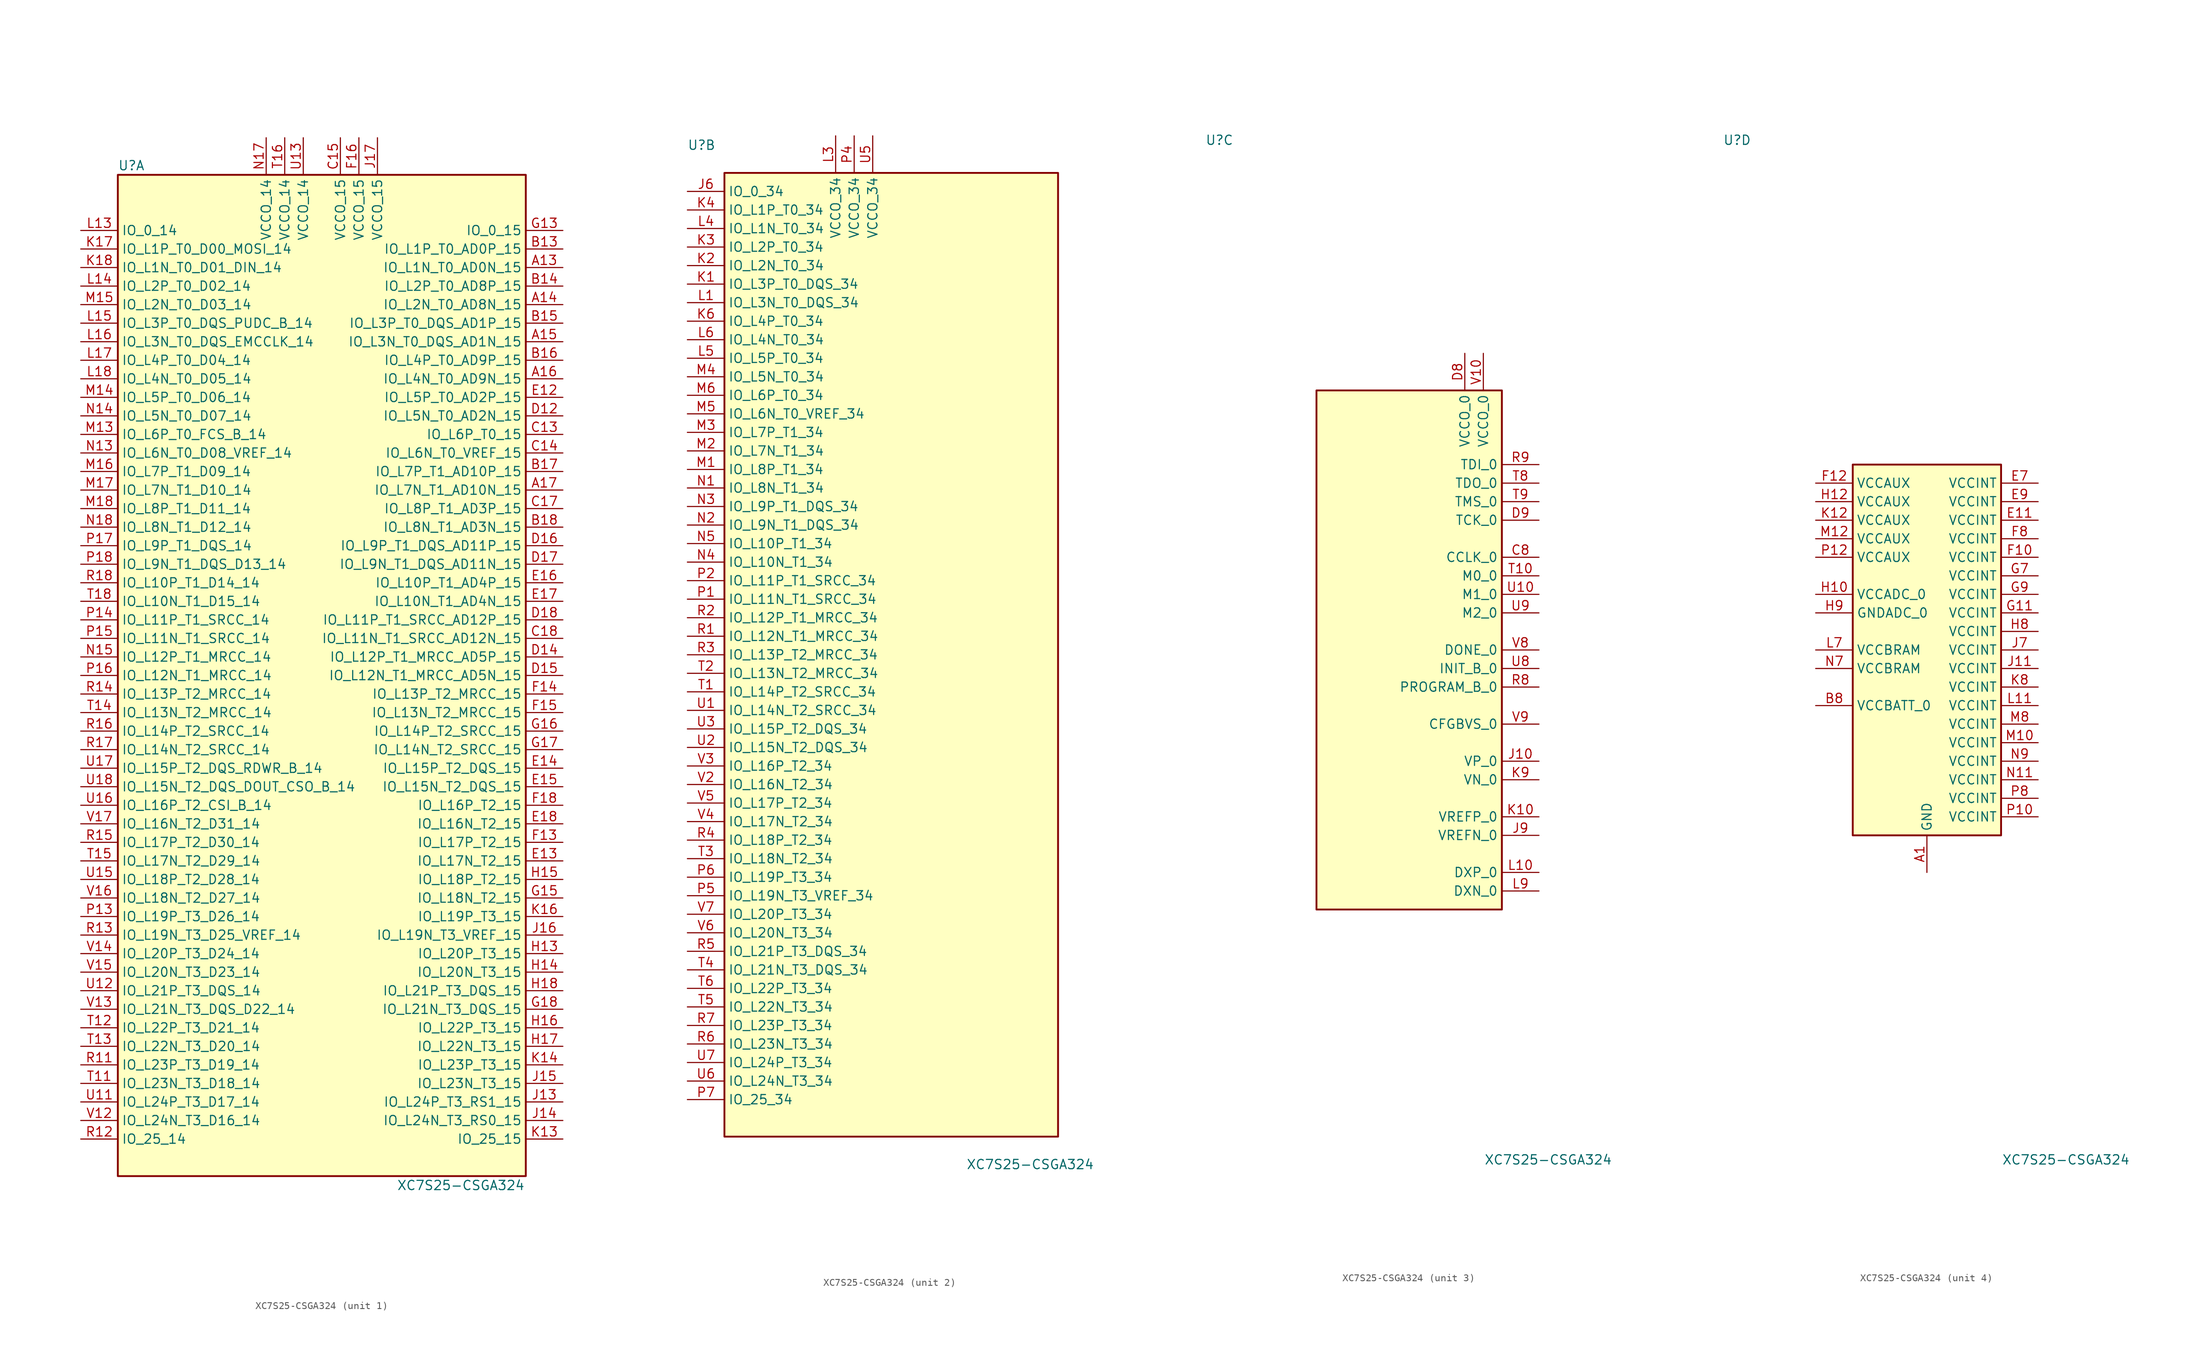
<source format=kicad_sym>
(kicad_symbol_lib
  (version 20201005)
  (generator kicad_symbol_editor)
  (symbol "FPGA_Xilinx_Spartan7:XC7S25-CSGA324"
    (property "Reference" "U"
      (at -27.94 69.85 0)
      (effects (font (size 1.27 1.27)) (justify left)))
    (property "Value" "XC7S25-CSGA324"
      (at 19.05 -69.85 0)
      (effects (font (size 1.27 1.27))))
    (property "ki_locked" ""
      (at 0 0 0)
      (effects (font (size 1.27 1.27))))
    (symbol "XC7S25-CSGA324_1_1"
      (rectangle (start -27.94 68.58) (end 27.94 -68.58) (stroke (width 0.254)) (fill (type background)))
      (pin bidirectional line (at 33.02 55.88 180) (length 5.08) (name "IO_L1N_T0_AD0N_15" (effects (font (size 1.27 1.27)))) (number "A13" (effects (font (size 1.27 1.27)))))
      (pin bidirectional line (at 33.02 50.8 180) (length 5.08) (name "IO_L2N_T0_AD8N_15" (effects (font (size 1.27 1.27)))) (number "A14" (effects (font (size 1.27 1.27)))))
      (pin bidirectional line (at 33.02 45.72 180) (length 5.08) (name "IO_L3N_T0_DQS_AD1N_15" (effects (font (size 1.27 1.27)))) (number "A15" (effects (font (size 1.27 1.27)))))
      (pin bidirectional line (at 33.02 40.64 180) (length 5.08) (name "IO_L4N_T0_AD9N_15" (effects (font (size 1.27 1.27)))) (number "A16" (effects (font (size 1.27 1.27)))))
      (pin bidirectional line (at 33.02 25.4 180) (length 5.08) (name "IO_L7N_T1_AD10N_15" (effects (font (size 1.27 1.27)))) (number "A17" (effects (font (size 1.27 1.27)))))
      (pin bidirectional line (at 33.02 58.42 180) (length 5.08) (name "IO_L1P_T0_AD0P_15" (effects (font (size 1.27 1.27)))) (number "B13" (effects (font (size 1.27 1.27)))))
      (pin bidirectional line (at 33.02 53.34 180) (length 5.08) (name "IO_L2P_T0_AD8P_15" (effects (font (size 1.27 1.27)))) (number "B14" (effects (font (size 1.27 1.27)))))
      (pin bidirectional line (at 33.02 48.26 180) (length 5.08) (name "IO_L3P_T0_DQS_AD1P_15" (effects (font (size 1.27 1.27)))) (number "B15" (effects (font (size 1.27 1.27)))))
      (pin bidirectional line (at 33.02 43.18 180) (length 5.08) (name "IO_L4P_T0_AD9P_15" (effects (font (size 1.27 1.27)))) (number "B16" (effects (font (size 1.27 1.27)))))
      (pin bidirectional line (at 33.02 27.94 180) (length 5.08) (name "IO_L7P_T1_AD10P_15" (effects (font (size 1.27 1.27)))) (number "B17" (effects (font (size 1.27 1.27)))))
      (pin bidirectional line (at 33.02 20.32 180) (length 5.08) (name "IO_L8N_T1_AD3N_15" (effects (font (size 1.27 1.27)))) (number "B18" (effects (font (size 1.27 1.27)))))
      (pin bidirectional line (at 33.02 33.02 180) (length 5.08) (name "IO_L6P_T0_15" (effects (font (size 1.27 1.27)))) (number "C13" (effects (font (size 1.27 1.27)))))
      (pin bidirectional line (at 33.02 30.48 180) (length 5.08) (name "IO_L6N_T0_VREF_15" (effects (font (size 1.27 1.27)))) (number "C14" (effects (font (size 1.27 1.27)))))
      (pin power_in line (at 2.54 73.66 270) (length 5.08) (name "VCCO_15" (effects (font (size 1.27 1.27)))) (number "C15" (effects (font (size 1.27 1.27)))))
      (pin bidirectional line (at 33.02 22.86 180) (length 5.08) (name "IO_L8P_T1_AD3P_15" (effects (font (size 1.27 1.27)))) (number "C17" (effects (font (size 1.27 1.27)))))
      (pin bidirectional line (at 33.02 5.08 180) (length 5.08) (name "IO_L11N_T1_SRCC_AD12N_15" (effects (font (size 1.27 1.27)))) (number "C18" (effects (font (size 1.27 1.27)))))
      (pin bidirectional line (at 33.02 35.56 180) (length 5.08) (name "IO_L5N_T0_AD2N_15" (effects (font (size 1.27 1.27)))) (number "D12" (effects (font (size 1.27 1.27)))))
      (pin bidirectional line (at 33.02 2.54 180) (length 5.08) (name "IO_L12P_T1_MRCC_AD5P_15" (effects (font (size 1.27 1.27)))) (number "D14" (effects (font (size 1.27 1.27)))))
      (pin bidirectional line (at 33.02 0 180) (length 5.08) (name "IO_L12N_T1_MRCC_AD5N_15" (effects (font (size 1.27 1.27)))) (number "D15" (effects (font (size 1.27 1.27)))))
      (pin bidirectional line (at 33.02 17.78 180) (length 5.08) (name "IO_L9P_T1_DQS_AD11P_15" (effects (font (size 1.27 1.27)))) (number "D16" (effects (font (size 1.27 1.27)))))
      (pin bidirectional line (at 33.02 15.24 180) (length 5.08) (name "IO_L9N_T1_DQS_AD11N_15" (effects (font (size 1.27 1.27)))) (number "D17" (effects (font (size 1.27 1.27)))))
      (pin bidirectional line (at 33.02 7.62 180) (length 5.08) (name "IO_L11P_T1_SRCC_AD12P_15" (effects (font (size 1.27 1.27)))) (number "D18" (effects (font (size 1.27 1.27)))))
      (pin bidirectional line (at 33.02 38.1 180) (length 5.08) (name "IO_L5P_T0_AD2P_15" (effects (font (size 1.27 1.27)))) (number "E12" (effects (font (size 1.27 1.27)))))
      (pin bidirectional line (at 33.02 -25.4 180) (length 5.08) (name "IO_L17N_T2_15" (effects (font (size 1.27 1.27)))) (number "E13" (effects (font (size 1.27 1.27)))))
      (pin bidirectional line (at 33.02 -12.7 180) (length 5.08) (name "IO_L15P_T2_DQS_15" (effects (font (size 1.27 1.27)))) (number "E14" (effects (font (size 1.27 1.27)))))
      (pin bidirectional line (at 33.02 -15.24 180) (length 5.08) (name "IO_L15N_T2_DQS_15" (effects (font (size 1.27 1.27)))) (number "E15" (effects (font (size 1.27 1.27)))))
      (pin bidirectional line (at 33.02 12.7 180) (length 5.08) (name "IO_L10P_T1_AD4P_15" (effects (font (size 1.27 1.27)))) (number "E16" (effects (font (size 1.27 1.27)))))
      (pin bidirectional line (at 33.02 10.16 180) (length 5.08) (name "IO_L10N_T1_AD4N_15" (effects (font (size 1.27 1.27)))) (number "E17" (effects (font (size 1.27 1.27)))))
      (pin bidirectional line (at 33.02 -20.32 180) (length 5.08) (name "IO_L16N_T2_15" (effects (font (size 1.27 1.27)))) (number "E18" (effects (font (size 1.27 1.27)))))
      (pin bidirectional line (at 33.02 -22.86 180) (length 5.08) (name "IO_L17P_T2_15" (effects (font (size 1.27 1.27)))) (number "F13" (effects (font (size 1.27 1.27)))))
      (pin bidirectional line (at 33.02 -2.54 180) (length 5.08) (name "IO_L13P_T2_MRCC_15" (effects (font (size 1.27 1.27)))) (number "F14" (effects (font (size 1.27 1.27)))))
      (pin bidirectional line (at 33.02 -5.08 180) (length 5.08) (name "IO_L13N_T2_MRCC_15" (effects (font (size 1.27 1.27)))) (number "F15" (effects (font (size 1.27 1.27)))))
      (pin power_in line (at 5.08 73.66 270) (length 5.08) (name "VCCO_15" (effects (font (size 1.27 1.27)))) (number "F16" (effects (font (size 1.27 1.27)))))
      (pin bidirectional line (at 33.02 -17.78 180) (length 5.08) (name "IO_L16P_T2_15" (effects (font (size 1.27 1.27)))) (number "F18" (effects (font (size 1.27 1.27)))))
      (pin bidirectional line (at 33.02 60.96 180) (length 5.08) (name "IO_0_15" (effects (font (size 1.27 1.27)))) (number "G13" (effects (font (size 1.27 1.27)))))
      (pin bidirectional line (at 33.02 -30.48 180) (length 5.08) (name "IO_L18N_T2_15" (effects (font (size 1.27 1.27)))) (number "G15" (effects (font (size 1.27 1.27)))))
      (pin bidirectional line (at 33.02 -7.62 180) (length 5.08) (name "IO_L14P_T2_SRCC_15" (effects (font (size 1.27 1.27)))) (number "G16" (effects (font (size 1.27 1.27)))))
      (pin bidirectional line (at 33.02 -10.16 180) (length 5.08) (name "IO_L14N_T2_SRCC_15" (effects (font (size 1.27 1.27)))) (number "G17" (effects (font (size 1.27 1.27)))))
      (pin bidirectional line (at 33.02 -45.72 180) (length 5.08) (name "IO_L21N_T3_DQS_15" (effects (font (size 1.27 1.27)))) (number "G18" (effects (font (size 1.27 1.27)))))
      (pin bidirectional line (at 33.02 -38.1 180) (length 5.08) (name "IO_L20P_T3_15" (effects (font (size 1.27 1.27)))) (number "H13" (effects (font (size 1.27 1.27)))))
      (pin bidirectional line (at 33.02 -40.64 180) (length 5.08) (name "IO_L20N_T3_15" (effects (font (size 1.27 1.27)))) (number "H14" (effects (font (size 1.27 1.27)))))
      (pin bidirectional line (at 33.02 -27.94 180) (length 5.08) (name "IO_L18P_T2_15" (effects (font (size 1.27 1.27)))) (number "H15" (effects (font (size 1.27 1.27)))))
      (pin bidirectional line (at 33.02 -48.26 180) (length 5.08) (name "IO_L22P_T3_15" (effects (font (size 1.27 1.27)))) (number "H16" (effects (font (size 1.27 1.27)))))
      (pin bidirectional line (at 33.02 -50.8 180) (length 5.08) (name "IO_L22N_T3_15" (effects (font (size 1.27 1.27)))) (number "H17" (effects (font (size 1.27 1.27)))))
      (pin bidirectional line (at 33.02 -43.18 180) (length 5.08) (name "IO_L21P_T3_DQS_15" (effects (font (size 1.27 1.27)))) (number "H18" (effects (font (size 1.27 1.27)))))
      (pin bidirectional line (at 33.02 -58.42 180) (length 5.08) (name "IO_L24P_T3_RS1_15" (effects (font (size 1.27 1.27)))) (number "J13" (effects (font (size 1.27 1.27)))))
      (pin bidirectional line (at 33.02 -60.96 180) (length 5.08) (name "IO_L24N_T3_RS0_15" (effects (font (size 1.27 1.27)))) (number "J14" (effects (font (size 1.27 1.27)))))
      (pin bidirectional line (at 33.02 -55.88 180) (length 5.08) (name "IO_L23N_T3_15" (effects (font (size 1.27 1.27)))) (number "J15" (effects (font (size 1.27 1.27)))))
      (pin bidirectional line (at 33.02 -35.56 180) (length 5.08) (name "IO_L19N_T3_VREF_15" (effects (font (size 1.27 1.27)))) (number "J16" (effects (font (size 1.27 1.27)))))
      (pin power_in line (at 7.62 73.66 270) (length 5.08) (name "VCCO_15" (effects (font (size 1.27 1.27)))) (number "J17" (effects (font (size 1.27 1.27)))))
      (pin bidirectional line (at 33.02 -63.5 180) (length 5.08) (name "IO_25_15" (effects (font (size 1.27 1.27)))) (number "K13" (effects (font (size 1.27 1.27)))))
      (pin bidirectional line (at 33.02 -53.34 180) (length 5.08) (name "IO_L23P_T3_15" (effects (font (size 1.27 1.27)))) (number "K14" (effects (font (size 1.27 1.27)))))
      (pin bidirectional line (at 33.02 -33.02 180) (length 5.08) (name "IO_L19P_T3_15" (effects (font (size 1.27 1.27)))) (number "K16" (effects (font (size 1.27 1.27)))))
      (pin bidirectional line (at -33.02 58.42 0) (length 5.08) (name "IO_L1P_T0_D00_MOSI_14" (effects (font (size 1.27 1.27)))) (number "K17" (effects (font (size 1.27 1.27)))))
      (pin bidirectional line (at -33.02 55.88 0) (length 5.08) (name "IO_L1N_T0_D01_DIN_14" (effects (font (size 1.27 1.27)))) (number "K18" (effects (font (size 1.27 1.27)))))
      (pin bidirectional line (at -33.02 60.96 0) (length 5.08) (name "IO_0_14" (effects (font (size 1.27 1.27)))) (number "L13" (effects (font (size 1.27 1.27)))))
      (pin bidirectional line (at -33.02 53.34 0) (length 5.08) (name "IO_L2P_T0_D02_14" (effects (font (size 1.27 1.27)))) (number "L14" (effects (font (size 1.27 1.27)))))
      (pin bidirectional line (at -33.02 48.26 0) (length 5.08) (name "IO_L3P_T0_DQS_PUDC_B_14" (effects (font (size 1.27 1.27)))) (number "L15" (effects (font (size 1.27 1.27)))))
      (pin bidirectional line (at -33.02 45.72 0) (length 5.08) (name "IO_L3N_T0_DQS_EMCCLK_14" (effects (font (size 1.27 1.27)))) (number "L16" (effects (font (size 1.27 1.27)))))
      (pin bidirectional line (at -33.02 43.18 0) (length 5.08) (name "IO_L4P_T0_D04_14" (effects (font (size 1.27 1.27)))) (number "L17" (effects (font (size 1.27 1.27)))))
      (pin bidirectional line (at -33.02 40.64 0) (length 5.08) (name "IO_L4N_T0_D05_14" (effects (font (size 1.27 1.27)))) (number "L18" (effects (font (size 1.27 1.27)))))
      (pin bidirectional line (at -33.02 33.02 0) (length 5.08) (name "IO_L6P_T0_FCS_B_14" (effects (font (size 1.27 1.27)))) (number "M13" (effects (font (size 1.27 1.27)))))
      (pin bidirectional line (at -33.02 38.1 0) (length 5.08) (name "IO_L5P_T0_D06_14" (effects (font (size 1.27 1.27)))) (number "M14" (effects (font (size 1.27 1.27)))))
      (pin bidirectional line (at -33.02 50.8 0) (length 5.08) (name "IO_L2N_T0_D03_14" (effects (font (size 1.27 1.27)))) (number "M15" (effects (font (size 1.27 1.27)))))
      (pin bidirectional line (at -33.02 27.94 0) (length 5.08) (name "IO_L7P_T1_D09_14" (effects (font (size 1.27 1.27)))) (number "M16" (effects (font (size 1.27 1.27)))))
      (pin bidirectional line (at -33.02 25.4 0) (length 5.08) (name "IO_L7N_T1_D10_14" (effects (font (size 1.27 1.27)))) (number "M17" (effects (font (size 1.27 1.27)))))
      (pin bidirectional line (at -33.02 22.86 0) (length 5.08) (name "IO_L8P_T1_D11_14" (effects (font (size 1.27 1.27)))) (number "M18" (effects (font (size 1.27 1.27)))))
      (pin bidirectional line (at -33.02 30.48 0) (length 5.08) (name "IO_L6N_T0_D08_VREF_14" (effects (font (size 1.27 1.27)))) (number "N13" (effects (font (size 1.27 1.27)))))
      (pin bidirectional line (at -33.02 35.56 0) (length 5.08) (name "IO_L5N_T0_D07_14" (effects (font (size 1.27 1.27)))) (number "N14" (effects (font (size 1.27 1.27)))))
      (pin bidirectional line (at -33.02 2.54 0) (length 5.08) (name "IO_L12P_T1_MRCC_14" (effects (font (size 1.27 1.27)))) (number "N15" (effects (font (size 1.27 1.27)))))
      (pin power_in line (at -7.62 73.66 270) (length 5.08) (name "VCCO_14" (effects (font (size 1.27 1.27)))) (number "N17" (effects (font (size 1.27 1.27)))))
      (pin bidirectional line (at -33.02 20.32 0) (length 5.08) (name "IO_L8N_T1_D12_14" (effects (font (size 1.27 1.27)))) (number "N18" (effects (font (size 1.27 1.27)))))
      (pin bidirectional line (at -33.02 -33.02 0) (length 5.08) (name "IO_L19P_T3_D26_14" (effects (font (size 1.27 1.27)))) (number "P13" (effects (font (size 1.27 1.27)))))
      (pin bidirectional line (at -33.02 7.62 0) (length 5.08) (name "IO_L11P_T1_SRCC_14" (effects (font (size 1.27 1.27)))) (number "P14" (effects (font (size 1.27 1.27)))))
      (pin bidirectional line (at -33.02 5.08 0) (length 5.08) (name "IO_L11N_T1_SRCC_14" (effects (font (size 1.27 1.27)))) (number "P15" (effects (font (size 1.27 1.27)))))
      (pin bidirectional line (at -33.02 0 0) (length 5.08) (name "IO_L12N_T1_MRCC_14" (effects (font (size 1.27 1.27)))) (number "P16" (effects (font (size 1.27 1.27)))))
      (pin bidirectional line (at -33.02 17.78 0) (length 5.08) (name "IO_L9P_T1_DQS_14" (effects (font (size 1.27 1.27)))) (number "P17" (effects (font (size 1.27 1.27)))))
      (pin bidirectional line (at -33.02 15.24 0) (length 5.08) (name "IO_L9N_T1_DQS_D13_14" (effects (font (size 1.27 1.27)))) (number "P18" (effects (font (size 1.27 1.27)))))
      (pin bidirectional line (at -33.02 -53.34 0) (length 5.08) (name "IO_L23P_T3_D19_14" (effects (font (size 1.27 1.27)))) (number "R11" (effects (font (size 1.27 1.27)))))
      (pin bidirectional line (at -33.02 -63.5 0) (length 5.08) (name "IO_25_14" (effects (font (size 1.27 1.27)))) (number "R12" (effects (font (size 1.27 1.27)))))
      (pin bidirectional line (at -33.02 -35.56 0) (length 5.08) (name "IO_L19N_T3_D25_VREF_14" (effects (font (size 1.27 1.27)))) (number "R13" (effects (font (size 1.27 1.27)))))
      (pin bidirectional line (at -33.02 -2.54 0) (length 5.08) (name "IO_L13P_T2_MRCC_14" (effects (font (size 1.27 1.27)))) (number "R14" (effects (font (size 1.27 1.27)))))
      (pin bidirectional line (at -33.02 -22.86 0) (length 5.08) (name "IO_L17P_T2_D30_14" (effects (font (size 1.27 1.27)))) (number "R15" (effects (font (size 1.27 1.27)))))
      (pin bidirectional line (at -33.02 -7.62 0) (length 5.08) (name "IO_L14P_T2_SRCC_14" (effects (font (size 1.27 1.27)))) (number "R16" (effects (font (size 1.27 1.27)))))
      (pin bidirectional line (at -33.02 -10.16 0) (length 5.08) (name "IO_L14N_T2_SRCC_14" (effects (font (size 1.27 1.27)))) (number "R17" (effects (font (size 1.27 1.27)))))
      (pin bidirectional line (at -33.02 12.7 0) (length 5.08) (name "IO_L10P_T1_D14_14" (effects (font (size 1.27 1.27)))) (number "R18" (effects (font (size 1.27 1.27)))))
      (pin bidirectional line (at -33.02 -55.88 0) (length 5.08) (name "IO_L23N_T3_D18_14" (effects (font (size 1.27 1.27)))) (number "T11" (effects (font (size 1.27 1.27)))))
      (pin bidirectional line (at -33.02 -48.26 0) (length 5.08) (name "IO_L22P_T3_D21_14" (effects (font (size 1.27 1.27)))) (number "T12" (effects (font (size 1.27 1.27)))))
      (pin bidirectional line (at -33.02 -50.8 0) (length 5.08) (name "IO_L22N_T3_D20_14" (effects (font (size 1.27 1.27)))) (number "T13" (effects (font (size 1.27 1.27)))))
      (pin bidirectional line (at -33.02 -5.08 0) (length 5.08) (name "IO_L13N_T2_MRCC_14" (effects (font (size 1.27 1.27)))) (number "T14" (effects (font (size 1.27 1.27)))))
      (pin bidirectional line (at -33.02 -25.4 0) (length 5.08) (name "IO_L17N_T2_D29_14" (effects (font (size 1.27 1.27)))) (number "T15" (effects (font (size 1.27 1.27)))))
      (pin power_in line (at -5.08 73.66 270) (length 5.08) (name "VCCO_14" (effects (font (size 1.27 1.27)))) (number "T16" (effects (font (size 1.27 1.27)))))
      (pin bidirectional line (at -33.02 10.16 0) (length 5.08) (name "IO_L10N_T1_D15_14" (effects (font (size 1.27 1.27)))) (number "T18" (effects (font (size 1.27 1.27)))))
      (pin bidirectional line (at -33.02 -58.42 0) (length 5.08) (name "IO_L24P_T3_D17_14" (effects (font (size 1.27 1.27)))) (number "U11" (effects (font (size 1.27 1.27)))))
      (pin bidirectional line (at -33.02 -43.18 0) (length 5.08) (name "IO_L21P_T3_DQS_14" (effects (font (size 1.27 1.27)))) (number "U12" (effects (font (size 1.27 1.27)))))
      (pin power_in line (at -2.54 73.66 270) (length 5.08) (name "VCCO_14" (effects (font (size 1.27 1.27)))) (number "U13" (effects (font (size 1.27 1.27)))))
      (pin bidirectional line (at -33.02 -27.94 0) (length 5.08) (name "IO_L18P_T2_D28_14" (effects (font (size 1.27 1.27)))) (number "U15" (effects (font (size 1.27 1.27)))))
      (pin bidirectional line (at -33.02 -17.78 0) (length 5.08) (name "IO_L16P_T2_CSI_B_14" (effects (font (size 1.27 1.27)))) (number "U16" (effects (font (size 1.27 1.27)))))
      (pin bidirectional line (at -33.02 -12.7 0) (length 5.08) (name "IO_L15P_T2_DQS_RDWR_B_14" (effects (font (size 1.27 1.27)))) (number "U17" (effects (font (size 1.27 1.27)))))
      (pin bidirectional line (at -33.02 -15.24 0) (length 5.08) (name "IO_L15N_T2_DQS_DOUT_CSO_B_14" (effects (font (size 1.27 1.27)))) (number "U18" (effects (font (size 1.27 1.27)))))
      (pin bidirectional line (at -33.02 -60.96 0) (length 5.08) (name "IO_L24N_T3_D16_14" (effects (font (size 1.27 1.27)))) (number "V12" (effects (font (size 1.27 1.27)))))
      (pin bidirectional line (at -33.02 -45.72 0) (length 5.08) (name "IO_L21N_T3_DQS_D22_14" (effects (font (size 1.27 1.27)))) (number "V13" (effects (font (size 1.27 1.27)))))
      (pin bidirectional line (at -33.02 -38.1 0) (length 5.08) (name "IO_L20P_T3_D24_14" (effects (font (size 1.27 1.27)))) (number "V14" (effects (font (size 1.27 1.27)))))
      (pin bidirectional line (at -33.02 -40.64 0) (length 5.08) (name "IO_L20N_T3_D23_14" (effects (font (size 1.27 1.27)))) (number "V15" (effects (font (size 1.27 1.27)))))
      (pin bidirectional line (at -33.02 -30.48 0) (length 5.08) (name "IO_L18N_T2_D27_14" (effects (font (size 1.27 1.27)))) (number "V16" (effects (font (size 1.27 1.27)))))
      (pin bidirectional line (at -33.02 -20.32 0) (length 5.08) (name "IO_L16N_T2_D31_14" (effects (font (size 1.27 1.27)))) (number "V17" (effects (font (size 1.27 1.27))))))
    (symbol "XC7S25-CSGA324_2_1"
      (rectangle (start -22.86 66.04) (end 22.86 -66.04) (stroke (width 0.254)) (fill (type background)))
      (pin bidirectional line (at -27.94 63.5 0) (length 5.08) (name "IO_0_34" (effects (font (size 1.27 1.27)))) (number "J6" (effects (font (size 1.27 1.27)))))
      (pin bidirectional line (at -27.94 50.8 0) (length 5.08) (name "IO_L3P_T0_DQS_34" (effects (font (size 1.27 1.27)))) (number "K1" (effects (font (size 1.27 1.27)))))
      (pin bidirectional line (at -27.94 53.34 0) (length 5.08) (name "IO_L2N_T0_34" (effects (font (size 1.27 1.27)))) (number "K2" (effects (font (size 1.27 1.27)))))
      (pin bidirectional line (at -27.94 55.88 0) (length 5.08) (name "IO_L2P_T0_34" (effects (font (size 1.27 1.27)))) (number "K3" (effects (font (size 1.27 1.27)))))
      (pin bidirectional line (at -27.94 60.96 0) (length 5.08) (name "IO_L1P_T0_34" (effects (font (size 1.27 1.27)))) (number "K4" (effects (font (size 1.27 1.27)))))
      (pin bidirectional line (at -27.94 45.72 0) (length 5.08) (name "IO_L4P_T0_34" (effects (font (size 1.27 1.27)))) (number "K6" (effects (font (size 1.27 1.27)))))
      (pin bidirectional line (at -27.94 48.26 0) (length 5.08) (name "IO_L3N_T0_DQS_34" (effects (font (size 1.27 1.27)))) (number "L1" (effects (font (size 1.27 1.27)))))
      (pin power_in line (at -7.62 71.12 270) (length 5.08) (name "VCCO_34" (effects (font (size 1.27 1.27)))) (number "L3" (effects (font (size 1.27 1.27)))))
      (pin bidirectional line (at -27.94 58.42 0) (length 5.08) (name "IO_L1N_T0_34" (effects (font (size 1.27 1.27)))) (number "L4" (effects (font (size 1.27 1.27)))))
      (pin bidirectional line (at -27.94 40.64 0) (length 5.08) (name "IO_L5P_T0_34" (effects (font (size 1.27 1.27)))) (number "L5" (effects (font (size 1.27 1.27)))))
      (pin bidirectional line (at -27.94 43.18 0) (length 5.08) (name "IO_L4N_T0_34" (effects (font (size 1.27 1.27)))) (number "L6" (effects (font (size 1.27 1.27)))))
      (pin bidirectional line (at -27.94 25.4 0) (length 5.08) (name "IO_L8P_T1_34" (effects (font (size 1.27 1.27)))) (number "M1" (effects (font (size 1.27 1.27)))))
      (pin bidirectional line (at -27.94 27.94 0) (length 5.08) (name "IO_L7N_T1_34" (effects (font (size 1.27 1.27)))) (number "M2" (effects (font (size 1.27 1.27)))))
      (pin bidirectional line (at -27.94 30.48 0) (length 5.08) (name "IO_L7P_T1_34" (effects (font (size 1.27 1.27)))) (number "M3" (effects (font (size 1.27 1.27)))))
      (pin bidirectional line (at -27.94 38.1 0) (length 5.08) (name "IO_L5N_T0_34" (effects (font (size 1.27 1.27)))) (number "M4" (effects (font (size 1.27 1.27)))))
      (pin bidirectional line (at -27.94 33.02 0) (length 5.08) (name "IO_L6N_T0_VREF_34" (effects (font (size 1.27 1.27)))) (number "M5" (effects (font (size 1.27 1.27)))))
      (pin bidirectional line (at -27.94 35.56 0) (length 5.08) (name "IO_L6P_T0_34" (effects (font (size 1.27 1.27)))) (number "M6" (effects (font (size 1.27 1.27)))))
      (pin bidirectional line (at -27.94 22.86 0) (length 5.08) (name "IO_L8N_T1_34" (effects (font (size 1.27 1.27)))) (number "N1" (effects (font (size 1.27 1.27)))))
      (pin bidirectional line (at -27.94 17.78 0) (length 5.08) (name "IO_L9N_T1_DQS_34" (effects (font (size 1.27 1.27)))) (number "N2" (effects (font (size 1.27 1.27)))))
      (pin bidirectional line (at -27.94 20.32 0) (length 5.08) (name "IO_L9P_T1_DQS_34" (effects (font (size 1.27 1.27)))) (number "N3" (effects (font (size 1.27 1.27)))))
      (pin bidirectional line (at -27.94 12.7 0) (length 5.08) (name "IO_L10N_T1_34" (effects (font (size 1.27 1.27)))) (number "N4" (effects (font (size 1.27 1.27)))))
      (pin bidirectional line (at -27.94 15.24 0) (length 5.08) (name "IO_L10P_T1_34" (effects (font (size 1.27 1.27)))) (number "N5" (effects (font (size 1.27 1.27)))))
      (pin bidirectional line (at -27.94 7.62 0) (length 5.08) (name "IO_L11N_T1_SRCC_34" (effects (font (size 1.27 1.27)))) (number "P1" (effects (font (size 1.27 1.27)))))
      (pin bidirectional line (at -27.94 10.16 0) (length 5.08) (name "IO_L11P_T1_SRCC_34" (effects (font (size 1.27 1.27)))) (number "P2" (effects (font (size 1.27 1.27)))))
      (pin power_in line (at -5.08 71.12 270) (length 5.08) (name "VCCO_34" (effects (font (size 1.27 1.27)))) (number "P4" (effects (font (size 1.27 1.27)))))
      (pin bidirectional line (at -27.94 -33.02 0) (length 5.08) (name "IO_L19N_T3_VREF_34" (effects (font (size 1.27 1.27)))) (number "P5" (effects (font (size 1.27 1.27)))))
      (pin bidirectional line (at -27.94 -30.48 0) (length 5.08) (name "IO_L19P_T3_34" (effects (font (size 1.27 1.27)))) (number "P6" (effects (font (size 1.27 1.27)))))
      (pin bidirectional line (at -27.94 -60.96 0) (length 5.08) (name "IO_25_34" (effects (font (size 1.27 1.27)))) (number "P7" (effects (font (size 1.27 1.27)))))
      (pin bidirectional line (at -27.94 2.54 0) (length 5.08) (name "IO_L12N_T1_MRCC_34" (effects (font (size 1.27 1.27)))) (number "R1" (effects (font (size 1.27 1.27)))))
      (pin bidirectional line (at -27.94 5.08 0) (length 5.08) (name "IO_L12P_T1_MRCC_34" (effects (font (size 1.27 1.27)))) (number "R2" (effects (font (size 1.27 1.27)))))
      (pin bidirectional line (at -27.94 0 0) (length 5.08) (name "IO_L13P_T2_MRCC_34" (effects (font (size 1.27 1.27)))) (number "R3" (effects (font (size 1.27 1.27)))))
      (pin bidirectional line (at -27.94 -25.4 0) (length 5.08) (name "IO_L18P_T2_34" (effects (font (size 1.27 1.27)))) (number "R4" (effects (font (size 1.27 1.27)))))
      (pin bidirectional line (at -27.94 -40.64 0) (length 5.08) (name "IO_L21P_T3_DQS_34" (effects (font (size 1.27 1.27)))) (number "R5" (effects (font (size 1.27 1.27)))))
      (pin bidirectional line (at -27.94 -53.34 0) (length 5.08) (name "IO_L23N_T3_34" (effects (font (size 1.27 1.27)))) (number "R6" (effects (font (size 1.27 1.27)))))
      (pin bidirectional line (at -27.94 -50.8 0) (length 5.08) (name "IO_L23P_T3_34" (effects (font (size 1.27 1.27)))) (number "R7" (effects (font (size 1.27 1.27)))))
      (pin bidirectional line (at -27.94 -5.08 0) (length 5.08) (name "IO_L14P_T2_SRCC_34" (effects (font (size 1.27 1.27)))) (number "T1" (effects (font (size 1.27 1.27)))))
      (pin bidirectional line (at -27.94 -2.54 0) (length 5.08) (name "IO_L13N_T2_MRCC_34" (effects (font (size 1.27 1.27)))) (number "T2" (effects (font (size 1.27 1.27)))))
      (pin bidirectional line (at -27.94 -27.94 0) (length 5.08) (name "IO_L18N_T2_34" (effects (font (size 1.27 1.27)))) (number "T3" (effects (font (size 1.27 1.27)))))
      (pin bidirectional line (at -27.94 -43.18 0) (length 5.08) (name "IO_L21N_T3_DQS_34" (effects (font (size 1.27 1.27)))) (number "T4" (effects (font (size 1.27 1.27)))))
      (pin bidirectional line (at -27.94 -48.26 0) (length 5.08) (name "IO_L22N_T3_34" (effects (font (size 1.27 1.27)))) (number "T5" (effects (font (size 1.27 1.27)))))
      (pin bidirectional line (at -27.94 -45.72 0) (length 5.08) (name "IO_L22P_T3_34" (effects (font (size 1.27 1.27)))) (number "T6" (effects (font (size 1.27 1.27)))))
      (pin bidirectional line (at -27.94 -7.62 0) (length 5.08) (name "IO_L14N_T2_SRCC_34" (effects (font (size 1.27 1.27)))) (number "U1" (effects (font (size 1.27 1.27)))))
      (pin bidirectional line (at -27.94 -12.7 0) (length 5.08) (name "IO_L15N_T2_DQS_34" (effects (font (size 1.27 1.27)))) (number "U2" (effects (font (size 1.27 1.27)))))
      (pin bidirectional line (at -27.94 -10.16 0) (length 5.08) (name "IO_L15P_T2_DQS_34" (effects (font (size 1.27 1.27)))) (number "U3" (effects (font (size 1.27 1.27)))))
      (pin power_in line (at -2.54 71.12 270) (length 5.08) (name "VCCO_34" (effects (font (size 1.27 1.27)))) (number "U5" (effects (font (size 1.27 1.27)))))
      (pin bidirectional line (at -27.94 -58.42 0) (length 5.08) (name "IO_L24N_T3_34" (effects (font (size 1.27 1.27)))) (number "U6" (effects (font (size 1.27 1.27)))))
      (pin bidirectional line (at -27.94 -55.88 0) (length 5.08) (name "IO_L24P_T3_34" (effects (font (size 1.27 1.27)))) (number "U7" (effects (font (size 1.27 1.27)))))
      (pin bidirectional line (at -27.94 -17.78 0) (length 5.08) (name "IO_L16N_T2_34" (effects (font (size 1.27 1.27)))) (number "V2" (effects (font (size 1.27 1.27)))))
      (pin bidirectional line (at -27.94 -15.24 0) (length 5.08) (name "IO_L16P_T2_34" (effects (font (size 1.27 1.27)))) (number "V3" (effects (font (size 1.27 1.27)))))
      (pin bidirectional line (at -27.94 -22.86 0) (length 5.08) (name "IO_L17N_T2_34" (effects (font (size 1.27 1.27)))) (number "V4" (effects (font (size 1.27 1.27)))))
      (pin bidirectional line (at -27.94 -20.32 0) (length 5.08) (name "IO_L17P_T2_34" (effects (font (size 1.27 1.27)))) (number "V5" (effects (font (size 1.27 1.27)))))
      (pin bidirectional line (at -27.94 -38.1 0) (length 5.08) (name "IO_L20N_T3_34" (effects (font (size 1.27 1.27)))) (number "V6" (effects (font (size 1.27 1.27)))))
      (pin bidirectional line (at -27.94 -35.56 0) (length 5.08) (name "IO_L20P_T3_34" (effects (font (size 1.27 1.27)))) (number "V7" (effects (font (size 1.27 1.27))))))
    (symbol "XC7S25-CSGA324_3_1"
      (rectangle (start 12.7 35.56) (end -12.7 -35.56) (stroke (width 0.254)) (fill (type background)))
      (pin bidirectional line (at 17.78 12.7 180) (length 5.08) (name "CCLK_0" (effects (font (size 1.27 1.27)))) (number "C8" (effects (font (size 1.27 1.27)))))
      (pin power_in line (at 7.62 40.64 270) (length 5.08) (name "VCCO_0" (effects (font (size 1.27 1.27)))) (number "D8" (effects (font (size 1.27 1.27)))))
      (pin input line (at 17.78 17.78 180) (length 5.08) (name "TCK_0" (effects (font (size 1.27 1.27)))) (number "D9" (effects (font (size 1.27 1.27)))))
      (pin input line (at 17.78 -15.24 180) (length 5.08) (name "VP_0" (effects (font (size 1.27 1.27)))) (number "J10" (effects (font (size 1.27 1.27)))))
      (pin power_in line (at 17.78 -25.4 180) (length 5.08) (name "VREFN_0" (effects (font (size 1.27 1.27)))) (number "J9" (effects (font (size 1.27 1.27)))))
      (pin input line (at 17.78 -22.86 180) (length 5.08) (name "VREFP_0" (effects (font (size 1.27 1.27)))) (number "K10" (effects (font (size 1.27 1.27)))))
      (pin input line (at 17.78 -17.78 180) (length 5.08) (name "VN_0" (effects (font (size 1.27 1.27)))) (number "K9" (effects (font (size 1.27 1.27)))))
      (pin input line (at 17.78 -30.48 180) (length 5.08) (name "DXP_0" (effects (font (size 1.27 1.27)))) (number "L10" (effects (font (size 1.27 1.27)))))
      (pin input line (at 17.78 -33.02 180) (length 5.08) (name "DXN_0" (effects (font (size 1.27 1.27)))) (number "L9" (effects (font (size 1.27 1.27)))))
      (pin input line (at 17.78 -5.08 180) (length 5.08) (name "PROGRAM_B_0" (effects (font (size 1.27 1.27)))) (number "R8" (effects (font (size 1.27 1.27)))))
      (pin input line (at 17.78 25.4 180) (length 5.08) (name "TDI_0" (effects (font (size 1.27 1.27)))) (number "R9" (effects (font (size 1.27 1.27)))))
      (pin input line (at 17.78 10.16 180) (length 5.08) (name "M0_0" (effects (font (size 1.27 1.27)))) (number "T10" (effects (font (size 1.27 1.27)))))
      (pin output line (at 17.78 22.86 180) (length 5.08) (name "TDO_0" (effects (font (size 1.27 1.27)))) (number "T8" (effects (font (size 1.27 1.27)))))
      (pin input line (at 17.78 20.32 180) (length 5.08) (name "TMS_0" (effects (font (size 1.27 1.27)))) (number "T9" (effects (font (size 1.27 1.27)))))
      (pin input line (at 17.78 7.62 180) (length 5.08) (name "M1_0" (effects (font (size 1.27 1.27)))) (number "U10" (effects (font (size 1.27 1.27)))))
      (pin open_collector line (at 17.78 -2.54 180) (length 5.08) (name "INIT_B_0" (effects (font (size 1.27 1.27)))) (number "U8" (effects (font (size 1.27 1.27)))))
      (pin input line (at 17.78 5.08 180) (length 5.08) (name "M2_0" (effects (font (size 1.27 1.27)))) (number "U9" (effects (font (size 1.27 1.27)))))
      (pin power_in line (at 10.16 40.64 270) (length 5.08) (name "VCCO_0" (effects (font (size 1.27 1.27)))) (number "V10" (effects (font (size 1.27 1.27)))))
      (pin bidirectional line (at 17.78 0 180) (length 5.08) (name "DONE_0" (effects (font (size 1.27 1.27)))) (number "V8" (effects (font (size 1.27 1.27)))))
      (pin input line (at 17.78 -10.16 180) (length 5.08) (name "CFGBVS_0" (effects (font (size 1.27 1.27)))) (number "V9" (effects (font (size 1.27 1.27))))))
    (symbol "XC7S25-CSGA324_4_1"
      (rectangle (start -10.16 25.4) (end 10.16 -25.4) (stroke (width 0.254)) (fill (type background)))
      (pin power_in line (at 0 -30.48 90) (length 5.08) (name "GND" (effects (font (size 1.27 1.27)))) (number "A1" (effects (font (size 1.27 1.27)))))
      (pin passive line (at 0 -30.48 90) (length 5.08) hide (name "GND" (effects (font (size 1.27 1.27)))) (number "A12" (effects (font (size 1.27 1.27)))))
      (pin passive line (at 0 -30.48 90) (length 5.08) hide (name "GND" (effects (font (size 1.27 1.27)))) (number "A18" (effects (font (size 1.27 1.27)))))
      (pin power_in line (at -15.24 -7.62 0) (length 5.08) (name "VCCBATT_0" (effects (font (size 1.27 1.27)))) (number "B8" (effects (font (size 1.27 1.27)))))
      (pin passive line (at 0 -30.48 90) (length 5.08) hide (name "GND" (effects (font (size 1.27 1.27)))) (number "B9" (effects (font (size 1.27 1.27)))))
      (pin passive line (at 0 -30.48 90) (length 5.08) hide (name "GND" (effects (font (size 1.27 1.27)))) (number "C16" (effects (font (size 1.27 1.27)))))
      (pin passive line (at 0 -30.48 90) (length 5.08) hide (name "GND" (effects (font (size 1.27 1.27)))) (number "C6" (effects (font (size 1.27 1.27)))))
      (pin passive line (at 0 -30.48 90) (length 5.08) hide (name "GND" (effects (font (size 1.27 1.27)))) (number "D13" (effects (font (size 1.27 1.27)))))
      (pin passive line (at 0 -30.48 90) (length 5.08) hide (name "GND" (effects (font (size 1.27 1.27)))) (number "D3" (effects (font (size 1.27 1.27)))))
      (pin passive line (at 0 -30.48 90) (length 5.08) hide (name "GND" (effects (font (size 1.27 1.27)))) (number "E10" (effects (font (size 1.27 1.27)))))
      (pin power_in line (at 15.24 17.78 180) (length 5.08) (name "VCCINT" (effects (font (size 1.27 1.27)))) (number "E11" (effects (font (size 1.27 1.27)))))
      (pin power_in line (at 15.24 22.86 180) (length 5.08) (name "VCCINT" (effects (font (size 1.27 1.27)))) (number "E7" (effects (font (size 1.27 1.27)))))
      (pin passive line (at 0 -30.48 90) (length 5.08) hide (name "GND" (effects (font (size 1.27 1.27)))) (number "E8" (effects (font (size 1.27 1.27)))))
      (pin power_in line (at 15.24 20.32 180) (length 5.08) (name "VCCINT" (effects (font (size 1.27 1.27)))) (number "E9" (effects (font (size 1.27 1.27)))))
      (pin power_in line (at 15.24 12.7 180) (length 5.08) (name "VCCINT" (effects (font (size 1.27 1.27)))) (number "F10" (effects (font (size 1.27 1.27)))))
      (pin passive line (at 0 -30.48 90) (length 5.08) hide (name "GND" (effects (font (size 1.27 1.27)))) (number "F11" (effects (font (size 1.27 1.27)))))
      (pin power_in line (at -15.24 22.86 0) (length 5.08) (name "VCCAUX" (effects (font (size 1.27 1.27)))) (number "F12" (effects (font (size 1.27 1.27)))))
      (pin passive line (at 0 -30.48 90) (length 5.08) hide (name "GND" (effects (font (size 1.27 1.27)))) (number "F17" (effects (font (size 1.27 1.27)))))
      (pin passive line (at 0 -30.48 90) (length 5.08) hide (name "GND" (effects (font (size 1.27 1.27)))) (number "F7" (effects (font (size 1.27 1.27)))))
      (pin power_in line (at 15.24 15.24 180) (length 5.08) (name "VCCINT" (effects (font (size 1.27 1.27)))) (number "F8" (effects (font (size 1.27 1.27)))))
      (pin passive line (at 0 -30.48 90) (length 5.08) hide (name "GND" (effects (font (size 1.27 1.27)))) (number "F9" (effects (font (size 1.27 1.27)))))
      (pin passive line (at 0 -30.48 90) (length 5.08) hide (name "GND" (effects (font (size 1.27 1.27)))) (number "G10" (effects (font (size 1.27 1.27)))))
      (pin power_in line (at 15.24 5.08 180) (length 5.08) (name "VCCINT" (effects (font (size 1.27 1.27)))) (number "G11" (effects (font (size 1.27 1.27)))))
      (pin passive line (at 0 -30.48 90) (length 5.08) hide (name "GND" (effects (font (size 1.27 1.27)))) (number "G12" (effects (font (size 1.27 1.27)))))
      (pin passive line (at 0 -30.48 90) (length 5.08) hide (name "GND" (effects (font (size 1.27 1.27)))) (number "G14" (effects (font (size 1.27 1.27)))))
      (pin passive line (at 0 -30.48 90) (length 5.08) hide (name "GND" (effects (font (size 1.27 1.27)))) (number "G4" (effects (font (size 1.27 1.27)))))
      (pin power_in line (at 15.24 10.16 180) (length 5.08) (name "VCCINT" (effects (font (size 1.27 1.27)))) (number "G7" (effects (font (size 1.27 1.27)))))
      (pin passive line (at 0 -30.48 90) (length 5.08) hide (name "GND" (effects (font (size 1.27 1.27)))) (number "G8" (effects (font (size 1.27 1.27)))))
      (pin power_in line (at 15.24 7.62 180) (length 5.08) (name "VCCINT" (effects (font (size 1.27 1.27)))) (number "G9" (effects (font (size 1.27 1.27)))))
      (pin passive line (at 0 -30.48 90) (length 5.08) hide (name "GND" (effects (font (size 1.27 1.27)))) (number "H1" (effects (font (size 1.27 1.27)))))
      (pin power_in line (at -15.24 7.62 0) (length 5.08) (name "VCCADC_0" (effects (font (size 1.27 1.27)))) (number "H10" (effects (font (size 1.27 1.27)))))
      (pin passive line (at 0 -30.48 90) (length 5.08) hide (name "GND" (effects (font (size 1.27 1.27)))) (number "H11" (effects (font (size 1.27 1.27)))))
      (pin power_in line (at -15.24 20.32 0) (length 5.08) (name "VCCAUX" (effects (font (size 1.27 1.27)))) (number "H12" (effects (font (size 1.27 1.27)))))
      (pin passive line (at 0 -30.48 90) (length 5.08) hide (name "GND" (effects (font (size 1.27 1.27)))) (number "H7" (effects (font (size 1.27 1.27)))))
      (pin power_in line (at 15.24 2.54 180) (length 5.08) (name "VCCINT" (effects (font (size 1.27 1.27)))) (number "H8" (effects (font (size 1.27 1.27)))))
      (pin power_in line (at -15.24 5.08 0) (length 5.08) (name "GNDADC_0" (effects (font (size 1.27 1.27)))) (number "H9" (effects (font (size 1.27 1.27)))))
      (pin power_in line (at 15.24 -2.54 180) (length 5.08) (name "VCCINT" (effects (font (size 1.27 1.27)))) (number "J11" (effects (font (size 1.27 1.27)))))
      (pin passive line (at 0 -30.48 90) (length 5.08) hide (name "GND" (effects (font (size 1.27 1.27)))) (number "J12" (effects (font (size 1.27 1.27)))))
      (pin passive line (at 0 -30.48 90) (length 5.08) hide (name "GND" (effects (font (size 1.27 1.27)))) (number "J18" (effects (font (size 1.27 1.27)))))
      (pin power_in line (at 15.24 0 180) (length 5.08) (name "VCCINT" (effects (font (size 1.27 1.27)))) (number "J7" (effects (font (size 1.27 1.27)))))
      (pin passive line (at 0 -30.48 90) (length 5.08) hide (name "GND" (effects (font (size 1.27 1.27)))) (number "J8" (effects (font (size 1.27 1.27)))))
      (pin passive line (at 0 -30.48 90) (length 5.08) hide (name "GND" (effects (font (size 1.27 1.27)))) (number "K11" (effects (font (size 1.27 1.27)))))
      (pin power_in line (at -15.24 17.78 0) (length 5.08) (name "VCCAUX" (effects (font (size 1.27 1.27)))) (number "K12" (effects (font (size 1.27 1.27)))))
      (pin passive line (at 0 -30.48 90) (length 5.08) hide (name "GND" (effects (font (size 1.27 1.27)))) (number "K15" (effects (font (size 1.27 1.27)))))
      (pin passive line (at 0 -30.48 90) (length 5.08) hide (name "GND" (effects (font (size 1.27 1.27)))) (number "K5" (effects (font (size 1.27 1.27)))))
      (pin passive line (at 0 -30.48 90) (length 5.08) hide (name "GND" (effects (font (size 1.27 1.27)))) (number "K7" (effects (font (size 1.27 1.27)))))
      (pin power_in line (at 15.24 -5.08 180) (length 5.08) (name "VCCINT" (effects (font (size 1.27 1.27)))) (number "K8" (effects (font (size 1.27 1.27)))))
      (pin power_in line (at 15.24 -7.62 180) (length 5.08) (name "VCCINT" (effects (font (size 1.27 1.27)))) (number "L11" (effects (font (size 1.27 1.27)))))
      (pin passive line (at 0 -30.48 90) (length 5.08) hide (name "GND" (effects (font (size 1.27 1.27)))) (number "L12" (effects (font (size 1.27 1.27)))))
      (pin passive line (at 0 -30.48 90) (length 5.08) hide (name "GND" (effects (font (size 1.27 1.27)))) (number "L2" (effects (font (size 1.27 1.27)))))
      (pin power_in line (at -15.24 0 0) (length 5.08) (name "VCCBRAM" (effects (font (size 1.27 1.27)))) (number "L7" (effects (font (size 1.27 1.27)))))
      (pin passive line (at 0 -30.48 90) (length 5.08) hide (name "GND" (effects (font (size 1.27 1.27)))) (number "L8" (effects (font (size 1.27 1.27)))))
      (pin power_in line (at 15.24 -12.7 180) (length 5.08) (name "VCCINT" (effects (font (size 1.27 1.27)))) (number "M10" (effects (font (size 1.27 1.27)))))
      (pin passive line (at 0 -30.48 90) (length 5.08) hide (name "GND" (effects (font (size 1.27 1.27)))) (number "M11" (effects (font (size 1.27 1.27)))))
      (pin power_in line (at -15.24 15.24 0) (length 5.08) (name "VCCAUX" (effects (font (size 1.27 1.27)))) (number "M12" (effects (font (size 1.27 1.27)))))
      (pin passive line (at 0 -30.48 90) (length 5.08) hide (name "GND" (effects (font (size 1.27 1.27)))) (number "M7" (effects (font (size 1.27 1.27)))))
      (pin power_in line (at 15.24 -10.16 180) (length 5.08) (name "VCCINT" (effects (font (size 1.27 1.27)))) (number "M8" (effects (font (size 1.27 1.27)))))
      (pin passive line (at 0 -30.48 90) (length 5.08) hide (name "GND" (effects (font (size 1.27 1.27)))) (number "M9" (effects (font (size 1.27 1.27)))))
      (pin passive line (at 0 -30.48 90) (length 5.08) hide (name "GND" (effects (font (size 1.27 1.27)))) (number "N10" (effects (font (size 1.27 1.27)))))
      (pin power_in line (at 15.24 -17.78 180) (length 5.08) (name "VCCINT" (effects (font (size 1.27 1.27)))) (number "N11" (effects (font (size 1.27 1.27)))))
      (pin passive line (at 0 -30.48 90) (length 5.08) hide (name "GND" (effects (font (size 1.27 1.27)))) (number "N12" (effects (font (size 1.27 1.27)))))
      (pin passive line (at 0 -30.48 90) (length 5.08) hide (name "GND" (effects (font (size 1.27 1.27)))) (number "N16" (effects (font (size 1.27 1.27)))))
      (pin passive line (at 0 -30.48 90) (length 5.08) hide (name "GND" (effects (font (size 1.27 1.27)))) (number "N6" (effects (font (size 1.27 1.27)))))
      (pin power_in line (at -15.24 -2.54 0) (length 5.08) (name "VCCBRAM" (effects (font (size 1.27 1.27)))) (number "N7" (effects (font (size 1.27 1.27)))))
      (pin passive line (at 0 -30.48 90) (length 5.08) hide (name "GND" (effects (font (size 1.27 1.27)))) (number "N8" (effects (font (size 1.27 1.27)))))
      (pin power_in line (at 15.24 -15.24 180) (length 5.08) (name "VCCINT" (effects (font (size 1.27 1.27)))) (number "N9" (effects (font (size 1.27 1.27)))))
      (pin power_in line (at 15.24 -22.86 180) (length 5.08) (name "VCCINT" (effects (font (size 1.27 1.27)))) (number "P10" (effects (font (size 1.27 1.27)))))
      (pin passive line (at 0 -30.48 90) (length 5.08) hide (name "GND" (effects (font (size 1.27 1.27)))) (number "P11" (effects (font (size 1.27 1.27)))))
      (pin power_in line (at -15.24 12.7 0) (length 5.08) (name "VCCAUX" (effects (font (size 1.27 1.27)))) (number "P12" (effects (font (size 1.27 1.27)))))
      (pin passive line (at 0 -30.48 90) (length 5.08) hide (name "GND" (effects (font (size 1.27 1.27)))) (number "P3" (effects (font (size 1.27 1.27)))))
      (pin power_in line (at 15.24 -20.32 180) (length 5.08) (name "VCCINT" (effects (font (size 1.27 1.27)))) (number "P8" (effects (font (size 1.27 1.27)))))
      (pin passive line (at 0 -30.48 90) (length 5.08) hide (name "GND" (effects (font (size 1.27 1.27)))) (number "P9" (effects (font (size 1.27 1.27)))))
      (pin passive line (at 0 -30.48 90) (length 5.08) hide (name "GND" (effects (font (size 1.27 1.27)))) (number "R10" (effects (font (size 1.27 1.27)))))
      (pin passive line (at 0 -30.48 90) (length 5.08) hide (name "GND" (effects (font (size 1.27 1.27)))) (number "T17" (effects (font (size 1.27 1.27)))))
      (pin passive line (at 0 -30.48 90) (length 5.08) hide (name "GND" (effects (font (size 1.27 1.27)))) (number "T7" (effects (font (size 1.27 1.27)))))
      (pin passive line (at 0 -30.48 90) (length 5.08) hide (name "GND" (effects (font (size 1.27 1.27)))) (number "U14" (effects (font (size 1.27 1.27)))))
      (pin passive line (at 0 -30.48 90) (length 5.08) hide (name "GND" (effects (font (size 1.27 1.27)))) (number "U4" (effects (font (size 1.27 1.27)))))
      (pin passive line (at 0 -30.48 90) (length 5.08) hide (name "GND" (effects (font (size 1.27 1.27)))) (number "V1" (effects (font (size 1.27 1.27)))))
      (pin passive line (at 0 -30.48 90) (length 5.08) hide (name "GND" (effects (font (size 1.27 1.27)))) (number "V11" (effects (font (size 1.27 1.27)))))
      (pin passive line (at 0 -30.48 90) (length 5.08) hide (name "GND" (effects (font (size 1.27 1.27)))) (number "V18" (effects (font (size 1.27 1.27))))))))
</source>
